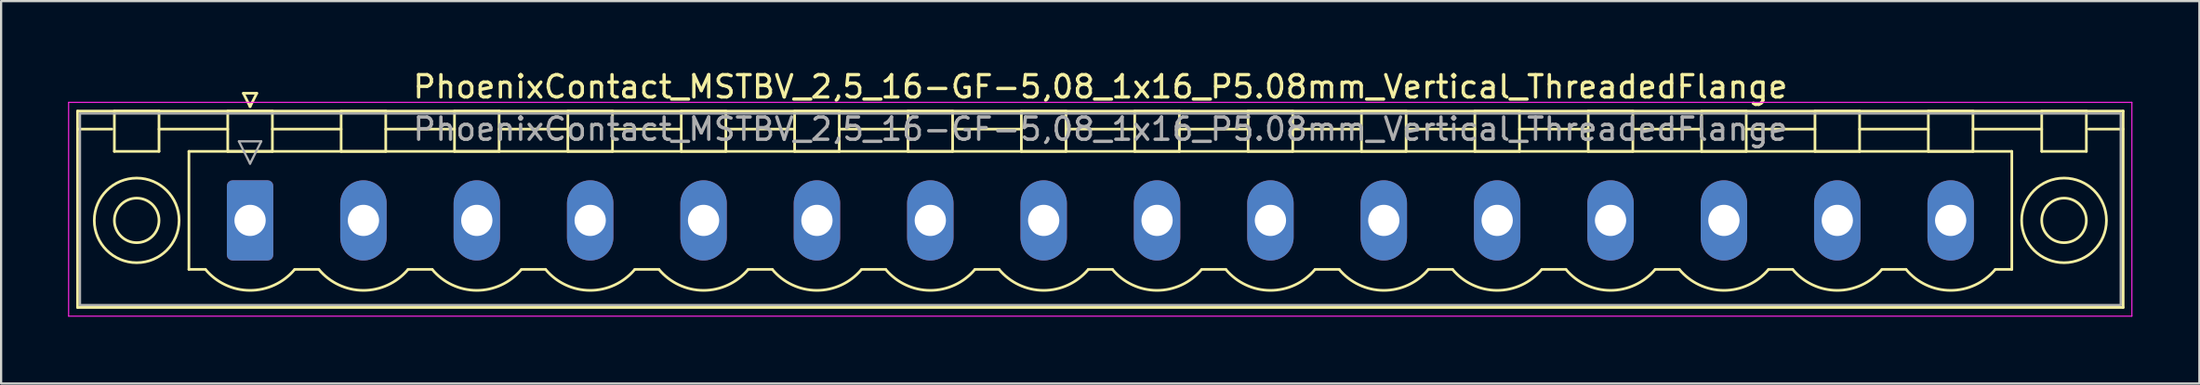
<source format=kicad_pcb>
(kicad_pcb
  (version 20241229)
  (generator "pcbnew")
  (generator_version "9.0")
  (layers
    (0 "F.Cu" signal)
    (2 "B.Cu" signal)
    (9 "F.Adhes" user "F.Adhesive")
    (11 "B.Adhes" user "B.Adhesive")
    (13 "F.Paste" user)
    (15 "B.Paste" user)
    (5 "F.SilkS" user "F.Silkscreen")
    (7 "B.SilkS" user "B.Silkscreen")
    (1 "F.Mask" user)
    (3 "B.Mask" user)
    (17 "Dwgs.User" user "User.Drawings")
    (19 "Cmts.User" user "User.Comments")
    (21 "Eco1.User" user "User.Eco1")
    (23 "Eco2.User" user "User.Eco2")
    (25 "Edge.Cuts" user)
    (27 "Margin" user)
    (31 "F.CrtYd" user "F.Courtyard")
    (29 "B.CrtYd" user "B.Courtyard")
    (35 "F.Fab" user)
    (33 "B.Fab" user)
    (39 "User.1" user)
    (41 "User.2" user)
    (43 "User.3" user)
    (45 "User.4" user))
  (footprint "PhoenixContact_MSTBV_2,5_16-GF-5,08_1x16_P5.08mm_Vertical_ThreadedFlange"
    (layer "F.Cu")
    (at 8.155 6.848)
    (property "Reference" "PhoenixContact_MSTBV_2,5_16-GF-5,08_1x16_P5.08mm_Vertical_ThreadedFlange" (at 38.1 -6 0) (layer "F.SilkS") (effects (font (size 1 1) (thickness 0.15))))
    (attr through_hole)
    (fp_line (start -7.73 -4.91) (end -7.73 3.91) (stroke (width 0.12) (type solid)) (layer "F.SilkS"))
    (fp_line (start -7.73 -4.1) (end -6.19 -4.1) (stroke (width 0.12) (type solid)) (layer "F.SilkS"))
    (fp_line (start -7.73 3.91) (end 83.93 3.91) (stroke (width 0.12) (type solid)) (layer "F.SilkS"))
    (fp_line (start -6.08 -4.91) (end -4.08 -4.91) (stroke (width 0.12) (type solid)) (layer "F.SilkS"))
    (fp_line (start -6.08 -3.1) (end -6.08 -4.91) (stroke (width 0.12) (type solid)) (layer "F.SilkS"))
    (fp_line (start -4.08 -4.91) (end -4.08 -3.1) (stroke (width 0.12) (type solid)) (layer "F.SilkS"))
    (fp_line (start -4.08 -4.1) (end -1 -4.1) (stroke (width 0.12) (type solid)) (layer "F.SilkS"))
    (fp_line (start -4.08 -3.1) (end -6.08 -3.1) (stroke (width 0.12) (type solid)) (layer "F.SilkS"))
    (fp_line (start -2.74 -3.1) (end 78.94 -3.1) (stroke (width 0.12) (type solid)) (layer "F.SilkS"))
    (fp_line (start -2.74 2.2) (end -2.74 -3.1) (stroke (width 0.12) (type solid)) (layer "F.SilkS"))
    (fp_line (start -2 2.2) (end -2.74 2.2) (stroke (width 0.12) (type solid)) (layer "F.SilkS"))
    (fp_line (start -1 -4.91) (end 1 -4.91) (stroke (width 0.12) (type solid)) (layer "F.SilkS"))
    (fp_line (start -1 -3.1) (end -1 -4.91) (stroke (width 0.12) (type solid)) (layer "F.SilkS"))
    (fp_line (start -0.3 -5.71) (end 0.3 -5.71) (stroke (width 0.12) (type solid)) (layer "F.SilkS"))
    (fp_line (start 0 -5.11) (end -0.3 -5.71) (stroke (width 0.12) (type solid)) (layer "F.SilkS"))
    (fp_line (start 0.3 -5.71) (end 0 -5.11) (stroke (width 0.12) (type solid)) (layer "F.SilkS"))
    (fp_line (start 1 -4.91) (end 1 -3.1) (stroke (width 0.12) (type solid)) (layer "F.SilkS"))
    (fp_line (start 1 -4.1) (end 4.08 -4.1) (stroke (width 0.12) (type solid)) (layer "F.SilkS"))
    (fp_line (start 1 -3.1) (end -1 -3.1) (stroke (width 0.12) (type solid)) (layer "F.SilkS"))
    (fp_line (start 2 2.2) (end 3.08 2.2) (stroke (width 0.12) (type solid)) (layer "F.SilkS"))
    (fp_line (start 4.08 -4.91) (end 6.08 -4.91) (stroke (width 0.12) (type solid)) (layer "F.SilkS"))
    (fp_line (start 4.08 -3.1) (end 4.08 -4.91) (stroke (width 0.12) (type solid)) (layer "F.SilkS"))
    (fp_line (start 6.08 -4.91) (end 6.08 -3.1) (stroke (width 0.12) (type solid)) (layer "F.SilkS"))
    (fp_line (start 6.08 -4.1) (end 9.16 -4.1) (stroke (width 0.12) (type solid)) (layer "F.SilkS"))
    (fp_line (start 6.08 -3.1) (end 4.08 -3.1) (stroke (width 0.12) (type solid)) (layer "F.SilkS"))
    (fp_line (start 7.08 2.2) (end 8.16 2.2) (stroke (width 0.12) (type solid)) (layer "F.SilkS"))
    (fp_line (start 9.16 -4.91) (end 11.16 -4.91) (stroke (width 0.12) (type solid)) (layer "F.SilkS"))
    (fp_line (start 9.16 -3.1) (end 9.16 -4.91) (stroke (width 0.12) (type solid)) (layer "F.SilkS"))
    (fp_line (start 11.16 -4.91) (end 11.16 -3.1) (stroke (width 0.12) (type solid)) (layer "F.SilkS"))
    (fp_line (start 11.16 -4.1) (end 14.24 -4.1) (stroke (width 0.12) (type solid)) (layer "F.SilkS"))
    (fp_line (start 11.16 -3.1) (end 9.16 -3.1) (stroke (width 0.12) (type solid)) (layer "F.SilkS"))
    (fp_line (start 12.16 2.2) (end 13.24 2.2) (stroke (width 0.12) (type solid)) (layer "F.SilkS"))
    (fp_line (start 14.24 -4.91) (end 16.24 -4.91) (stroke (width 0.12) (type solid)) (layer "F.SilkS"))
    (fp_line (start 14.24 -3.1) (end 14.24 -4.91) (stroke (width 0.12) (type solid)) (layer "F.SilkS"))
    (fp_line (start 16.24 -4.91) (end 16.24 -3.1) (stroke (width 0.12) (type solid)) (layer "F.SilkS"))
    (fp_line (start 16.24 -4.1) (end 19.32 -4.1) (stroke (width 0.12) (type solid)) (layer "F.SilkS"))
    (fp_line (start 16.24 -3.1) (end 14.24 -3.1) (stroke (width 0.12) (type solid)) (layer "F.SilkS"))
    (fp_line (start 17.24 2.2) (end 18.32 2.2) (stroke (width 0.12) (type solid)) (layer "F.SilkS"))
    (fp_line (start 19.32 -4.91) (end 21.32 -4.91) (stroke (width 0.12) (type solid)) (layer "F.SilkS"))
    (fp_line (start 19.32 -3.1) (end 19.32 -4.91) (stroke (width 0.12) (type solid)) (layer "F.SilkS"))
    (fp_line (start 21.32 -4.91) (end 21.32 -3.1) (stroke (width 0.12) (type solid)) (layer "F.SilkS"))
    (fp_line (start 21.32 -4.1) (end 24.4 -4.1) (stroke (width 0.12) (type solid)) (layer "F.SilkS"))
    (fp_line (start 21.32 -3.1) (end 19.32 -3.1) (stroke (width 0.12) (type solid)) (layer "F.SilkS"))
    (fp_line (start 22.32 2.2) (end 23.4 2.2) (stroke (width 0.12) (type solid)) (layer "F.SilkS"))
    (fp_line (start 24.4 -4.91) (end 26.4 -4.91) (stroke (width 0.12) (type solid)) (layer "F.SilkS"))
    (fp_line (start 24.4 -3.1) (end 24.4 -4.91) (stroke (width 0.12) (type solid)) (layer "F.SilkS"))
    (fp_line (start 26.4 -4.91) (end 26.4 -3.1) (stroke (width 0.12) (type solid)) (layer "F.SilkS"))
    (fp_line (start 26.4 -4.1) (end 29.48 -4.1) (stroke (width 0.12) (type solid)) (layer "F.SilkS"))
    (fp_line (start 26.4 -3.1) (end 24.4 -3.1) (stroke (width 0.12) (type solid)) (layer "F.SilkS"))
    (fp_line (start 27.4 2.2) (end 28.48 2.2) (stroke (width 0.12) (type solid)) (layer "F.SilkS"))
    (fp_line (start 29.48 -4.91) (end 31.48 -4.91) (stroke (width 0.12) (type solid)) (layer "F.SilkS"))
    (fp_line (start 29.48 -3.1) (end 29.48 -4.91) (stroke (width 0.12) (type solid)) (layer "F.SilkS"))
    (fp_line (start 31.48 -4.91) (end 31.48 -3.1) (stroke (width 0.12) (type solid)) (layer "F.SilkS"))
    (fp_line (start 31.48 -4.1) (end 34.56 -4.1) (stroke (width 0.12) (type solid)) (layer "F.SilkS"))
    (fp_line (start 31.48 -3.1) (end 29.48 -3.1) (stroke (width 0.12) (type solid)) (layer "F.SilkS"))
    (fp_line (start 32.48 2.2) (end 33.56 2.2) (stroke (width 0.12) (type solid)) (layer "F.SilkS"))
    (fp_line (start 34.56 -4.91) (end 36.56 -4.91) (stroke (width 0.12) (type solid)) (layer "F.SilkS"))
    (fp_line (start 34.56 -3.1) (end 34.56 -4.91) (stroke (width 0.12) (type solid)) (layer "F.SilkS"))
    (fp_line (start 36.56 -4.91) (end 36.56 -3.1) (stroke (width 0.12) (type solid)) (layer "F.SilkS"))
    (fp_line (start 36.56 -4.1) (end 39.64 -4.1) (stroke (width 0.12) (type solid)) (layer "F.SilkS"))
    (fp_line (start 36.56 -3.1) (end 34.56 -3.1) (stroke (width 0.12) (type solid)) (layer "F.SilkS"))
    (fp_line (start 37.56 2.2) (end 38.64 2.2) (stroke (width 0.12) (type solid)) (layer "F.SilkS"))
    (fp_line (start 39.64 -4.91) (end 41.64 -4.91) (stroke (width 0.12) (type solid)) (layer "F.SilkS"))
    (fp_line (start 39.64 -3.1) (end 39.64 -4.91) (stroke (width 0.12) (type solid)) (layer "F.SilkS"))
    (fp_line (start 41.64 -4.91) (end 41.64 -3.1) (stroke (width 0.12) (type solid)) (layer "F.SilkS"))
    (fp_line (start 41.64 -4.1) (end 44.72 -4.1) (stroke (width 0.12) (type solid)) (layer "F.SilkS"))
    (fp_line (start 41.64 -3.1) (end 39.64 -3.1) (stroke (width 0.12) (type solid)) (layer "F.SilkS"))
    (fp_line (start 42.64 2.2) (end 43.72 2.2) (stroke (width 0.12) (type solid)) (layer "F.SilkS"))
    (fp_line (start 44.72 -4.91) (end 46.72 -4.91) (stroke (width 0.12) (type solid)) (layer "F.SilkS"))
    (fp_line (start 44.72 -3.1) (end 44.72 -4.91) (stroke (width 0.12) (type solid)) (layer "F.SilkS"))
    (fp_line (start 46.72 -4.91) (end 46.72 -3.1) (stroke (width 0.12) (type solid)) (layer "F.SilkS"))
    (fp_line (start 46.72 -4.1) (end 49.8 -4.1) (stroke (width 0.12) (type solid)) (layer "F.SilkS"))
    (fp_line (start 46.72 -3.1) (end 44.72 -3.1) (stroke (width 0.12) (type solid)) (layer "F.SilkS"))
    (fp_line (start 47.72 2.2) (end 48.8 2.2) (stroke (width 0.12) (type solid)) (layer "F.SilkS"))
    (fp_line (start 49.8 -4.91) (end 51.8 -4.91) (stroke (width 0.12) (type solid)) (layer "F.SilkS"))
    (fp_line (start 49.8 -3.1) (end 49.8 -4.91) (stroke (width 0.12) (type solid)) (layer "F.SilkS"))
    (fp_line (start 51.8 -4.91) (end 51.8 -3.1) (stroke (width 0.12) (type solid)) (layer "F.SilkS"))
    (fp_line (start 51.8 -4.1) (end 54.88 -4.1) (stroke (width 0.12) (type solid)) (layer "F.SilkS"))
    (fp_line (start 51.8 -3.1) (end 49.8 -3.1) (stroke (width 0.12) (type solid)) (layer "F.SilkS"))
    (fp_line (start 52.8 2.2) (end 53.88 2.2) (stroke (width 0.12) (type solid)) (layer "F.SilkS"))
    (fp_line (start 54.88 -4.91) (end 56.88 -4.91) (stroke (width 0.12) (type solid)) (layer "F.SilkS"))
    (fp_line (start 54.88 -3.1) (end 54.88 -4.91) (stroke (width 0.12) (type solid)) (layer "F.SilkS"))
    (fp_line (start 56.88 -4.91) (end 56.88 -3.1) (stroke (width 0.12) (type solid)) (layer "F.SilkS"))
    (fp_line (start 56.88 -4.1) (end 59.96 -4.1) (stroke (width 0.12) (type solid)) (layer "F.SilkS"))
    (fp_line (start 56.88 -3.1) (end 54.88 -3.1) (stroke (width 0.12) (type solid)) (layer "F.SilkS"))
    (fp_line (start 57.88 2.2) (end 58.96 2.2) (stroke (width 0.12) (type solid)) (layer "F.SilkS"))
    (fp_line (start 59.96 -4.91) (end 61.96 -4.91) (stroke (width 0.12) (type solid)) (layer "F.SilkS"))
    (fp_line (start 59.96 -3.1) (end 59.96 -4.91) (stroke (width 0.12) (type solid)) (layer "F.SilkS"))
    (fp_line (start 61.96 -4.91) (end 61.96 -3.1) (stroke (width 0.12) (type solid)) (layer "F.SilkS"))
    (fp_line (start 61.96 -4.1) (end 65.04 -4.1) (stroke (width 0.12) (type solid)) (layer "F.SilkS"))
    (fp_line (start 61.96 -3.1) (end 59.96 -3.1) (stroke (width 0.12) (type solid)) (layer "F.SilkS"))
    (fp_line (start 62.96 2.2) (end 64.04 2.2) (stroke (width 0.12) (type solid)) (layer "F.SilkS"))
    (fp_line (start 65.04 -4.91) (end 67.04 -4.91) (stroke (width 0.12) (type solid)) (layer "F.SilkS"))
    (fp_line (start 65.04 -3.1) (end 65.04 -4.91) (stroke (width 0.12) (type solid)) (layer "F.SilkS"))
    (fp_line (start 67.04 -4.91) (end 67.04 -3.1) (stroke (width 0.12) (type solid)) (layer "F.SilkS"))
    (fp_line (start 67.04 -4.1) (end 70.12 -4.1) (stroke (width 0.12) (type solid)) (layer "F.SilkS"))
    (fp_line (start 67.04 -3.1) (end 65.04 -3.1) (stroke (width 0.12) (type solid)) (layer "F.SilkS"))
    (fp_line (start 68.04 2.2) (end 69.12 2.2) (stroke (width 0.12) (type solid)) (layer "F.SilkS"))
    (fp_line (start 70.12 -4.91) (end 72.12 -4.91) (stroke (width 0.12) (type solid)) (layer "F.SilkS"))
    (fp_line (start 70.12 -3.1) (end 70.12 -4.91) (stroke (width 0.12) (type solid)) (layer "F.SilkS"))
    (fp_line (start 72.12 -4.91) (end 72.12 -3.1) (stroke (width 0.12) (type solid)) (layer "F.SilkS"))
    (fp_line (start 72.12 -4.1) (end 75.2 -4.1) (stroke (width 0.12) (type solid)) (layer "F.SilkS"))
    (fp_line (start 72.12 -3.1) (end 70.12 -3.1) (stroke (width 0.12) (type solid)) (layer "F.SilkS"))
    (fp_line (start 73.12 2.2) (end 74.2 2.2) (stroke (width 0.12) (type solid)) (layer "F.SilkS"))
    (fp_line (start 75.2 -4.91) (end 77.2 -4.91) (stroke (width 0.12) (type solid)) (layer "F.SilkS"))
    (fp_line (start 75.2 -3.1) (end 75.2 -4.91) (stroke (width 0.12) (type solid)) (layer "F.SilkS"))
    (fp_line (start 77.2 -4.91) (end 77.2 -3.1) (stroke (width 0.12) (type solid)) (layer "F.SilkS"))
    (fp_line (start 77.2 -4.1) (end 80.28 -4.1) (stroke (width 0.12) (type solid)) (layer "F.SilkS"))
    (fp_line (start 77.2 -3.1) (end 75.2 -3.1) (stroke (width 0.12) (type solid)) (layer "F.SilkS"))
    (fp_line (start 78.94 -3.1) (end 78.94 2.2) (stroke (width 0.12) (type solid)) (layer "F.SilkS"))
    (fp_line (start 78.94 2.2) (end 78.2 2.2) (stroke (width 0.12) (type solid)) (layer "F.SilkS"))
    (fp_line (start 80.28 -4.91) (end 82.28 -4.91) (stroke (width 0.12) (type solid)) (layer "F.SilkS"))
    (fp_line (start 80.28 -3.1) (end 80.28 -4.91) (stroke (width 0.12) (type solid)) (layer "F.SilkS"))
    (fp_line (start 82.28 -4.91) (end 82.28 -3.1) (stroke (width 0.12) (type solid)) (layer "F.SilkS"))
    (fp_line (start 82.28 -3.1) (end 80.28 -3.1) (stroke (width 0.12) (type solid)) (layer "F.SilkS"))
    (fp_line (start 83.93 -4.91) (end -7.73 -4.91) (stroke (width 0.12) (type solid)) (layer "F.SilkS"))
    (fp_line (start 83.93 -4.1) (end 82.39 -4.1) (stroke (width 0.12) (type solid)) (layer "F.SilkS"))
    (fp_line (start 83.93 3.91) (end 83.93 -4.91) (stroke (width 0.12) (type solid)) (layer "F.SilkS"))
    (fp_arc (start 1.986842 2.215821) (mid -0.010289 3.142758) (end -2 2.2) (stroke (width 0.12) (type solid)) (layer "F.SilkS"))
    (fp_arc (start 7.066842 2.215821) (mid 5.069711 3.142758) (end 3.08 2.2) (stroke (width 0.12) (type solid)) (layer "F.SilkS"))
    (fp_arc (start 12.146842 2.215821) (mid 10.149711 3.142758) (end 8.16 2.2) (stroke (width 0.12) (type solid)) (layer "F.SilkS"))
    (fp_arc (start 17.226842 2.215821) (mid 15.229711 3.142758) (end 13.24 2.2) (stroke (width 0.12) (type solid)) (layer "F.SilkS"))
    (fp_arc (start 22.306842 2.215821) (mid 20.309711 3.142758) (end 18.32 2.2) (stroke (width 0.12) (type solid)) (layer "F.SilkS"))
    (fp_arc (start 27.386842 2.215821) (mid 25.389711 3.142758) (end 23.4 2.2) (stroke (width 0.12) (type solid)) (layer "F.SilkS"))
    (fp_arc (start 32.466842 2.215821) (mid 30.469711 3.142758) (end 28.48 2.2) (stroke (width 0.12) (type solid)) (layer "F.SilkS"))
    (fp_arc (start 37.546842 2.215821) (mid 35.549711 3.142758) (end 33.56 2.2) (stroke (width 0.12) (type solid)) (layer "F.SilkS"))
    (fp_arc (start 42.626842 2.215821) (mid 40.629711 3.142758) (end 38.64 2.2) (stroke (width 0.12) (type solid)) (layer "F.SilkS"))
    (fp_arc (start 47.706842 2.215821) (mid 45.709711 3.142758) (end 43.72 2.2) (stroke (width 0.12) (type solid)) (layer "F.SilkS"))
    (fp_arc (start 52.786842 2.215821) (mid 50.789711 3.142758) (end 48.8 2.2) (stroke (width 0.12) (type solid)) (layer "F.SilkS"))
    (fp_arc (start 57.866842 2.215821) (mid 55.869711 3.142758) (end 53.88 2.2) (stroke (width 0.12) (type solid)) (layer "F.SilkS"))
    (fp_arc (start 62.946842 2.215821) (mid 60.949711 3.142758) (end 58.96 2.2) (stroke (width 0.12) (type solid)) (layer "F.SilkS"))
    (fp_arc (start 68.026842 2.215821) (mid 66.029711 3.142758) (end 64.04 2.2) (stroke (width 0.12) (type solid)) (layer "F.SilkS"))
    (fp_arc (start 73.106842 2.215821) (mid 71.109711 3.142758) (end 69.12 2.2) (stroke (width 0.12) (type solid)) (layer "F.SilkS"))
    (fp_arc (start 78.186842 2.215821) (mid 76.189711 3.142758) (end 74.2 2.2) (stroke (width 0.12) (type solid)) (layer "F.SilkS"))
    (fp_circle (center -5.08 0) (end -4.08 0) (stroke (width 0.12) (type solid)) (fill no) (layer "F.SilkS"))
    (fp_circle (center -5.08 0) (end -3.18 0) (stroke (width 0.12) (type solid)) (fill no) (layer "F.SilkS"))
    (fp_circle (center 81.28 0) (end 82.28 0) (stroke (width 0.12) (type solid)) (fill no) (layer "F.SilkS"))
    (fp_circle (center 81.28 0) (end 83.18 0) (stroke (width 0.12) (type solid)) (fill no) (layer "F.SilkS"))
    (fp_line (start -8.13 -5.3) (end -8.13 4.3) (stroke (width 0.05) (type solid)) (layer "F.CrtYd"))
    (fp_line (start -8.13 4.3) (end 84.32 4.3) (stroke (width 0.05) (type solid)) (layer "F.CrtYd"))
    (fp_line (start 84.32 -5.3) (end -8.13 -5.3) (stroke (width 0.05) (type solid)) (layer "F.CrtYd"))
    (fp_line (start 84.32 4.3) (end 84.32 -5.3) (stroke (width 0.05) (type solid)) (layer "F.CrtYd"))
    (fp_line (start -7.62 -4.8) (end -7.62 3.8) (stroke (width 0.1) (type solid)) (layer "F.Fab"))
    (fp_line (start -7.62 3.8) (end 83.82 3.8) (stroke (width 0.1) (type solid)) (layer "F.Fab"))
    (fp_line (start -0.5 -3.55) (end 0.5 -3.55) (stroke (width 0.1) (type solid)) (layer "F.Fab"))
    (fp_line (start 0 -2.55) (end -0.5 -3.55) (stroke (width 0.1) (type solid)) (layer "F.Fab"))
    (fp_line (start 0.5 -3.55) (end 0 -2.55) (stroke (width 0.1) (type solid)) (layer "F.Fab"))
    (fp_line (start 83.82 -4.8) (end -7.62 -4.8) (stroke (width 0.1) (type solid)) (layer "F.Fab"))
    (fp_line (start 83.82 3.8) (end 83.82 -4.8) (stroke (width 0.1) (type solid)) (layer "F.Fab"))
    (fp_text user "${REFERENCE}" (at 38.1 -4.1 0) (layer "F.Fab") (effects (font (size 1 1) (thickness 0.15))))
    (pad "1" thru_hole roundrect (at 0 0) (size 2.08 3.6) (drill 1.4) (layers "*.Cu" "*.Mask") (roundrect_rratio 0.12))
    (pad "2" thru_hole oval (at 5.08 0) (size 2.08 3.6) (drill 1.4) (layers "*.Cu" "*.Mask"))
    (pad "3" thru_hole oval (at 10.16 0) (size 2.08 3.6) (drill 1.4) (layers "*.Cu" "*.Mask"))
    (pad "4" thru_hole oval (at 15.24 0) (size 2.08 3.6) (drill 1.4) (layers "*.Cu" "*.Mask"))
    (pad "5" thru_hole oval (at 20.32 0) (size 2.08 3.6) (drill 1.4) (layers "*.Cu" "*.Mask"))
    (pad "6" thru_hole oval (at 25.4 0) (size 2.08 3.6) (drill 1.4) (layers "*.Cu" "*.Mask"))
    (pad "7" thru_hole oval (at 30.48 0) (size 2.08 3.6) (drill 1.4) (layers "*.Cu" "*.Mask"))
    (pad "8" thru_hole oval (at 35.56 0) (size 2.08 3.6) (drill 1.4) (layers "*.Cu" "*.Mask"))
    (pad "9" thru_hole oval (at 40.64 0) (size 2.08 3.6) (drill 1.4) (layers "*.Cu" "*.Mask"))
    (pad "10" thru_hole oval (at 45.72 0) (size 2.08 3.6) (drill 1.4) (layers "*.Cu" "*.Mask"))
    (pad "11" thru_hole oval (at 50.8 0) (size 2.08 3.6) (drill 1.4) (layers "*.Cu" "*.Mask"))
    (pad "12" thru_hole oval (at 55.88 0) (size 2.08 3.6) (drill 1.4) (layers "*.Cu" "*.Mask"))
    (pad "13" thru_hole oval (at 60.96 0) (size 2.08 3.6) (drill 1.4) (layers "*.Cu" "*.Mask"))
    (pad "14" thru_hole oval (at 66.04 0) (size 2.08 3.6) (drill 1.4) (layers "*.Cu" "*.Mask"))
    (pad "15" thru_hole oval (at 71.12 0) (size 2.08 3.6) (drill 1.4) (layers "*.Cu" "*.Mask"))
    (pad "16" thru_hole oval (at 76.2 0) (size 2.08 3.6) (drill 1.4) (layers "*.Cu" "*.Mask")))
  (gr_rect
    (start -3 -3)
    (end 95.5 14.173)
    (stroke (width 0.1) (type default))
    (fill no)
    (layer "Edge.Cuts")))
</source>
